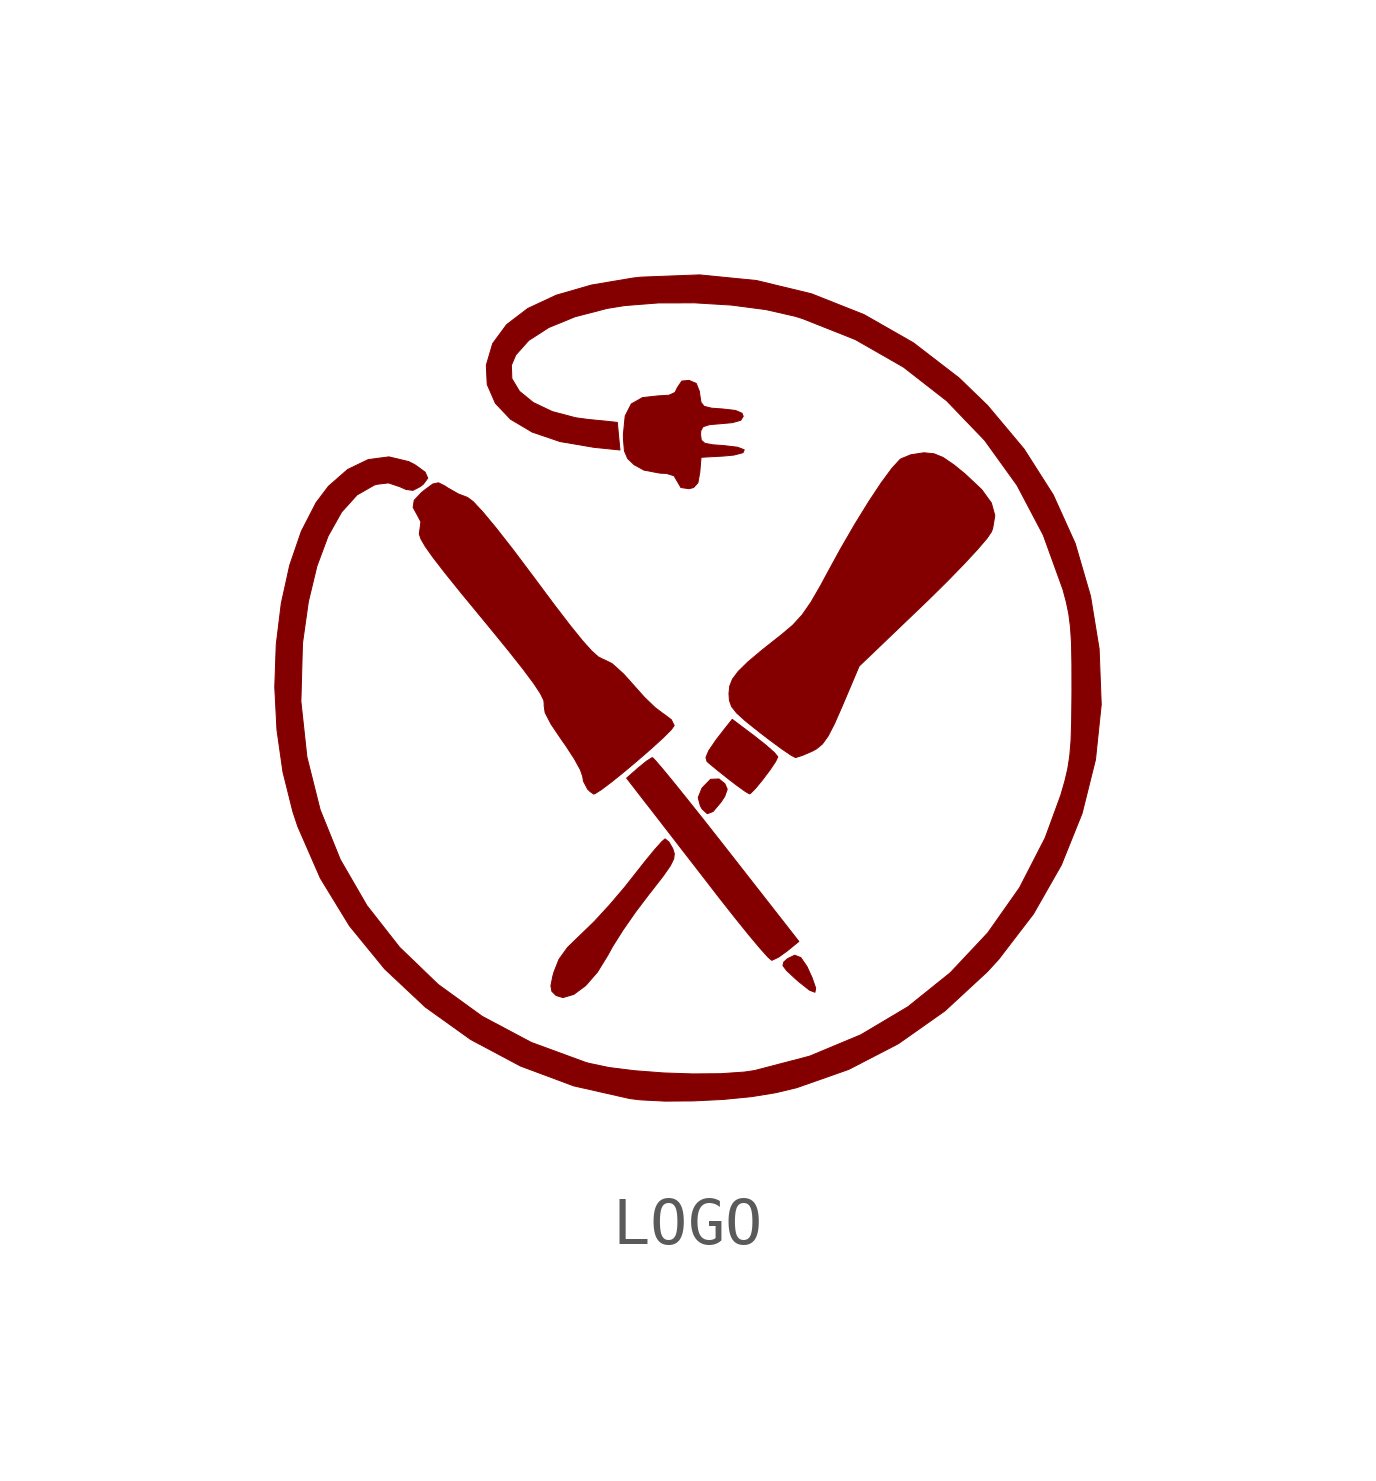
<source format=kicad_sym>
(kicad_symbol_lib
  (version 20220914)
  (generator bitmap2component)
  (symbol "LOGO"
    (pin_names
      (offset 1.016))
    (property "Reference" "#G"
      (at 0 8.932 0)
      (effects (font (size 1.27 1.27)) hide))
    (symbol "LOGO_0_0"
      (polyline (pts (xy 0.273 -9.274) (xy 0.896 -9.243) (xy 1.487 -9.185) (xy 1.99 -9.103) (xy 2.428 -8.998) (xy 3.512 -8.617) (xy 4.545 -8.082) (xy 5.513 -7.4) (xy 6.4 -6.58) (xy 6.637 -6.321) (xy 7.361 -5.377) (xy 7.942 -4.358) (xy 8.375 -3.281) (xy 8.654 -2.162) (xy 8.774 -1.013) (xy 8.73 0.148) (xy 8.551 1.246) (xy 8.232 2.342) (xy 7.773 3.358) (xy 7.167 4.31) (xy 6.405 5.219) (xy 5.812 5.793) (xy 4.858 6.527) (xy 3.83 7.114) (xy 2.738 7.547) (xy 1.592 7.824) (xy 0.403 7.942) (xy -0.82 7.895) (xy -0.981 7.877) (xy -1.854 7.73) (xy -2.587 7.518) (xy -3.177 7.242) (xy -3.619 6.905) (xy -3.909 6.511) (xy -4.042 6.06) (xy -4.023 5.658) (xy -3.853 5.267) (xy -3.537 4.934) (xy -3.084 4.665) (xy -2.503 4.468) (xy -1.803 4.349) (xy -1.257 4.293) (xy -1.285 4.581) (xy -1.312 4.868) (xy -1.935 4.931) (xy -2.192 4.966) (xy -2.671 5.094) (xy -3.065 5.282) (xy -3.351 5.515) (xy -3.51 5.779) (xy -3.52 6.059) (xy -3.428 6.275) (xy -3.158 6.577) (xy -2.742 6.845) (xy -2.193 7.07) (xy -1.523 7.244) (xy -1.157 7.303) (xy -0.459 7.358) (xy 0.302 7.36) (xy 1.069 7.313) (xy 1.785 7.219) (xy 2.394 7.08) (xy 2.551 7.031) (xy 3.649 6.595) (xy 4.653 6.02) (xy 5.555 5.317) (xy 6.346 4.494) (xy 7.019 3.559) (xy 7.566 2.521) (xy 7.976 1.388) (xy 8.045 1.132) (xy 8.099 0.874) (xy 8.134 0.598) (xy 8.155 0.265) (xy 8.163 -0.162) (xy 8.164 -0.72) (xy 8.163 -0.895) (xy 8.157 -1.4) (xy 8.144 -1.786) (xy 8.118 -2.09) (xy 8.077 -2.352) (xy 8.016 -2.611) (xy 7.931 -2.904) (xy 7.606 -3.792) (xy 7.072 -4.831) (xy 6.411 -5.77) (xy 5.632 -6.6) (xy 4.746 -7.312) (xy 3.764 -7.896) (xy 2.695 -8.342) (xy 1.552 -8.641) (xy 1.337 -8.673) (xy 0.843 -8.707) (xy 0.263 -8.712) (xy -0.353 -8.691) (xy -0.954 -8.645) (xy -1.488 -8.578) (xy -1.905 -8.49) (xy -1.984 -8.467) (xy -3.106 -8.055) (xy -4.128 -7.512) (xy -5.045 -6.848) (xy -5.849 -6.074) (xy -6.532 -5.202) (xy -7.087 -4.243) (xy -7.506 -3.206) (xy -7.782 -2.104) (xy -7.907 -0.948) (xy -7.874 0.252) (xy -7.87 0.293) (xy -7.751 1.134) (xy -7.573 1.873) (xy -7.34 2.499) (xy -7.06 2.998) (xy -6.737 3.356) (xy -6.379 3.561) (xy -6.323 3.578) (xy -6.082 3.607) (xy -5.848 3.529) (xy -5.715 3.47) (xy -5.57 3.452) (xy -5.424 3.528) (xy -5.356 3.58) (xy -5.263 3.706) (xy -5.317 3.829) (xy -5.524 3.98) (xy -5.658 4.05) (xy -6.072 4.149) (xy -6.503 4.093) (xy -6.931 3.887) (xy -7.331 3.537) (xy -7.59 3.194) (xy -7.897 2.598) (xy -8.14 1.889) (xy -8.315 1.095) (xy -8.42 0.24) (xy -8.451 -0.648) (xy -8.405 -1.544) (xy -8.28 -2.419) (xy -8.073 -3.248) (xy -7.97 -3.557) (xy -7.5 -4.633) (xy -6.893 -5.626) (xy -6.159 -6.524) (xy -5.313 -7.318) (xy -4.367 -7.995) (xy -3.332 -8.546) (xy -2.223 -8.96) (xy -1.051 -9.225) (xy -0.841 -9.251) (xy -0.325 -9.278) (xy 0.273 -9.274)) (stroke (width 0.01) (type default)) (fill (type outline)))
      (polyline (pts (xy -2.22 -7.054) (xy -1.972 -6.87) (xy -1.726 -6.588) (xy -1.506 -6.229) (xy -1.412 -6.057) (xy -1.196 -5.715) (xy -0.931 -5.334) (xy -0.655 -4.969) (xy -0.589 -4.886) (xy -0.353 -4.582) (xy -0.207 -4.372) (xy -0.136 -4.227) (xy -0.124 -4.119) (xy -0.156 -4.017) (xy -0.236 -3.879) (xy -0.316 -3.813) (xy -0.381 -3.868) (xy -0.529 -4.034) (xy -0.734 -4.283) (xy -0.974 -4.588) (xy -1.16 -4.823) (xy -1.477 -5.195) (xy -1.787 -5.532) (xy -2.046 -5.783) (xy -2.063 -5.799) (xy -2.35 -6.078) (xy -2.527 -6.324) (xy -2.631 -6.586) (xy -2.655 -6.671) (xy -2.696 -6.874) (xy -2.675 -6.99) (xy -2.587 -7.077) (xy -2.445 -7.12) (xy -2.22 -7.054)) (stroke (width 0.01) (type default)) (fill (type outline)))
      (polyline (pts (xy 2.822 -6.923) (xy 2.749 -6.71) (xy 2.642 -6.476) (xy 2.513 -6.288) (xy 2.386 -6.237) (xy 2.24 -6.308) (xy 2.159 -6.378) (xy 2.14 -6.453) (xy 2.217 -6.557) (xy 2.406 -6.732) (xy 2.482 -6.798) (xy 2.696 -6.967) (xy 2.807 -7.009) (xy 2.822 -6.923)) (stroke (width 0.01) (type default)) (fill (type outline)))
      (polyline (pts (xy 1.918 -6.34) (xy 2.05 -6.277) (xy 2.23 -6.147) (xy 2.471 -5.95) (xy 0.973 -4.034) (xy 0.886 -3.923) (xy 0.507 -3.441) (xy 0.163 -3.009) (xy -0.131 -2.644) (xy -0.362 -2.363) (xy -0.516 -2.183) (xy -0.58 -2.119) (xy -0.593 -2.123) (xy -0.706 -2.196) (xy -0.876 -2.334) (xy -1.117 -2.546) (xy -0.707 -3.076) (xy -0.704 -3.079) (xy -0.519 -3.317) (xy -0.256 -3.657) (xy 0.061 -4.067) (xy 0.409 -4.516) (xy 0.762 -4.973) (xy 0.839 -5.072) (xy 1.157 -5.475) (xy 1.439 -5.824) (xy 1.669 -6.098) (xy 1.83 -6.277) (xy 1.905 -6.342) (xy 1.918 -6.34)) (stroke (width 0.01) (type default)) (fill (type outline)))
      (polyline (pts (xy 0.685 -3.241) (xy 0.849 -3.045) (xy 0.927 -2.926) (xy 0.979 -2.778) (xy 0.929 -2.664) (xy 0.806 -2.564) (xy 0.633 -2.571) (xy 0.462 -2.746) (xy 0.45 -2.764) (xy 0.374 -2.952) (xy 0.42 -3.127) (xy 0.458 -3.191) (xy 0.564 -3.288) (xy 0.685 -3.241)) (stroke (width 0.01) (type default)) (fill (type outline)))
      (polyline (pts (xy -1.779 -2.871) (xy -1.642 -2.784) (xy -1.424 -2.619) (xy -1.155 -2.402) (xy -0.867 -2.159) (xy -0.589 -1.917) (xy -0.353 -1.701) (xy -0.189 -1.537) (xy -0.127 -1.451) (xy -0.186 -1.33) (xy -0.345 -1.21) (xy -0.358 -1.203) (xy -0.526 -1.076) (xy -0.749 -0.861) (xy -0.98 -0.602) (xy -1.177 -0.381) (xy -1.421 -0.161) (xy -1.604 -0.07) (xy -1.613 -0.069) (xy -1.71 -0.019) (xy -1.849 0.105) (xy -2.039 0.317) (xy -2.292 0.63) (xy -2.619 1.056) (xy -3.031 1.609) (xy -3.056 1.643) (xy -3.478 2.205) (xy -3.834 2.66) (xy -4.117 3.001) (xy -4.318 3.217) (xy -4.432 3.302) (xy -4.624 3.376) (xy -4.845 3.501) (xy -4.904 3.541) (xy -5.04 3.609) (xy -5.156 3.584) (xy -5.327 3.458) (xy -5.391 3.407) (xy -5.545 3.243) (xy -5.567 3.096) (xy -5.469 2.917) (xy -5.405 2.795) (xy -5.43 2.603) (xy -5.439 2.541) (xy -5.403 2.436) (xy -5.31 2.277) (xy -5.148 2.049) (xy -4.907 1.737) (xy -4.577 1.327) (xy -4.146 0.804) (xy -3.987 0.611) (xy -3.579 0.111) (xy -3.27 -0.28) (xy -3.051 -0.574) (xy -2.912 -0.785) (xy -2.843 -0.926) (xy -2.835 -1.01) (xy -2.838 -1.024) (xy -2.816 -1.181) (xy -2.692 -1.421) (xy -2.46 -1.764) (xy -2.39 -1.862) (xy -2.207 -2.143) (xy -2.08 -2.374) (xy -2.032 -2.514) (xy -2.018 -2.609) (xy -1.93 -2.777) (xy -1.876 -2.828) (xy -1.803 -2.879) (xy -1.779 -2.871)) (stroke (width 0.01) (type default)) (fill (type outline)))
      (polyline (pts (xy 1.467 -2.862) (xy 1.572 -2.755) (xy 1.718 -2.577) (xy 1.868 -2.378) (xy 1.985 -2.204) (xy 2.032 -2.104) (xy 2.032 -2.102) (xy 1.963 -2.017) (xy 1.793 -1.866) (xy 1.558 -1.68) (xy 1.084 -1.322) (xy 0.919 -1.529) (xy 0.751 -1.746) (xy 0.595 -1.974) (xy 0.536 -2.117) (xy 0.559 -2.2) (xy 0.623 -2.255) (xy 0.794 -2.396) (xy 1.016 -2.572) (xy 1.181 -2.698) (xy 1.356 -2.824) (xy 1.442 -2.874) (xy 1.467 -2.862)) (stroke (width 0.01) (type default)) (fill (type outline)))
      (polyline (pts (xy 2.412 -2.115) (xy 2.55 -2.071) (xy 2.753 -1.983) (xy 2.835 -1.939) (xy 2.962 -1.835) (xy 3.08 -1.671) (xy 3.213 -1.414) (xy 3.381 -1.031) (xy 3.728 -0.212) (xy 5.051 1.055) (xy 5.18 1.179) (xy 5.569 1.563) (xy 5.913 1.917) (xy 6.194 2.22) (xy 6.392 2.451) (xy 6.485 2.588) (xy 6.511 2.657) (xy 6.556 2.927) (xy 6.484 3.188) (xy 6.283 3.466) (xy 5.941 3.788) (xy 5.71 3.977) (xy 5.48 4.135) (xy 5.29 4.213) (xy 5.098 4.233) (xy 5.069 4.233) (xy 4.806 4.193) (xy 4.6 4.108) (xy 4.574 4.087) (xy 4.41 3.907) (xy 4.189 3.607) (xy 3.926 3.21) (xy 3.638 2.743) (xy 3.341 2.23) (xy 3.049 1.696) (xy 2.932 1.477) (xy 2.724 1.117) (xy 2.539 0.852) (xy 2.346 0.642) (xy 2.117 0.448) (xy 1.711 0.127) (xy 1.41 -0.126) (xy 1.209 -0.323) (xy 1.089 -0.484) (xy 1.031 -0.631) (xy 1.016 -0.786) (xy 1.025 -0.925) (xy 1.07 -1.054) (xy 1.176 -1.189) (xy 1.368 -1.362) (xy 1.672 -1.604) (xy 1.852 -1.742) (xy 2.113 -1.935) (xy 2.307 -2.067) (xy 2.4 -2.116) (xy 2.412 -2.115)) (stroke (width 0.01) (type default)) (fill (type outline)))
      (polyline (pts (xy 0.277 3.51) (xy 0.368 3.61) (xy 0.407 3.827) (xy 0.433 4.141) (xy 0.895 4.166) (xy 1.116 4.187) (xy 1.308 4.237) (xy 1.333 4.296) (xy 1.194 4.35) (xy 0.89 4.386) (xy 0.682 4.4) (xy 0.511 4.432) (xy 0.438 4.497) (xy 0.423 4.614) (xy 0.428 4.694) (xy 0.475 4.778) (xy 0.608 4.821) (xy 0.868 4.843) (xy 1.088 4.863) (xy 1.261 4.913) (xy 1.312 4.995) (xy 1.287 5.058) (xy 1.151 5.117) (xy 0.873 5.148) (xy 0.651 5.164) (xy 0.498 5.202) (xy 0.432 5.285) (xy 0.407 5.444) (xy 0.399 5.512) (xy 0.333 5.679) (xy 0.184 5.743) (xy 0.033 5.729) (xy -0.058 5.595) (xy -0.108 5.492) (xy -0.233 5.434) (xy -0.475 5.419) (xy -0.788 5.384) (xy -1.02 5.252) (xy -1.147 5.003) (xy -1.185 4.62) (xy -1.184 4.518) (xy -1.163 4.272) (xy -1.096 4.115) (xy -0.962 3.986) (xy -0.755 3.873) (xy -0.422 3.81) (xy -0.29 3.805) (xy -0.13 3.756) (xy -0.058 3.634) (xy 0.013 3.511) (xy 0.184 3.486) (xy 0.277 3.51)) (stroke (width 0.01) (type default)) (fill (type outline))))))
</source>
